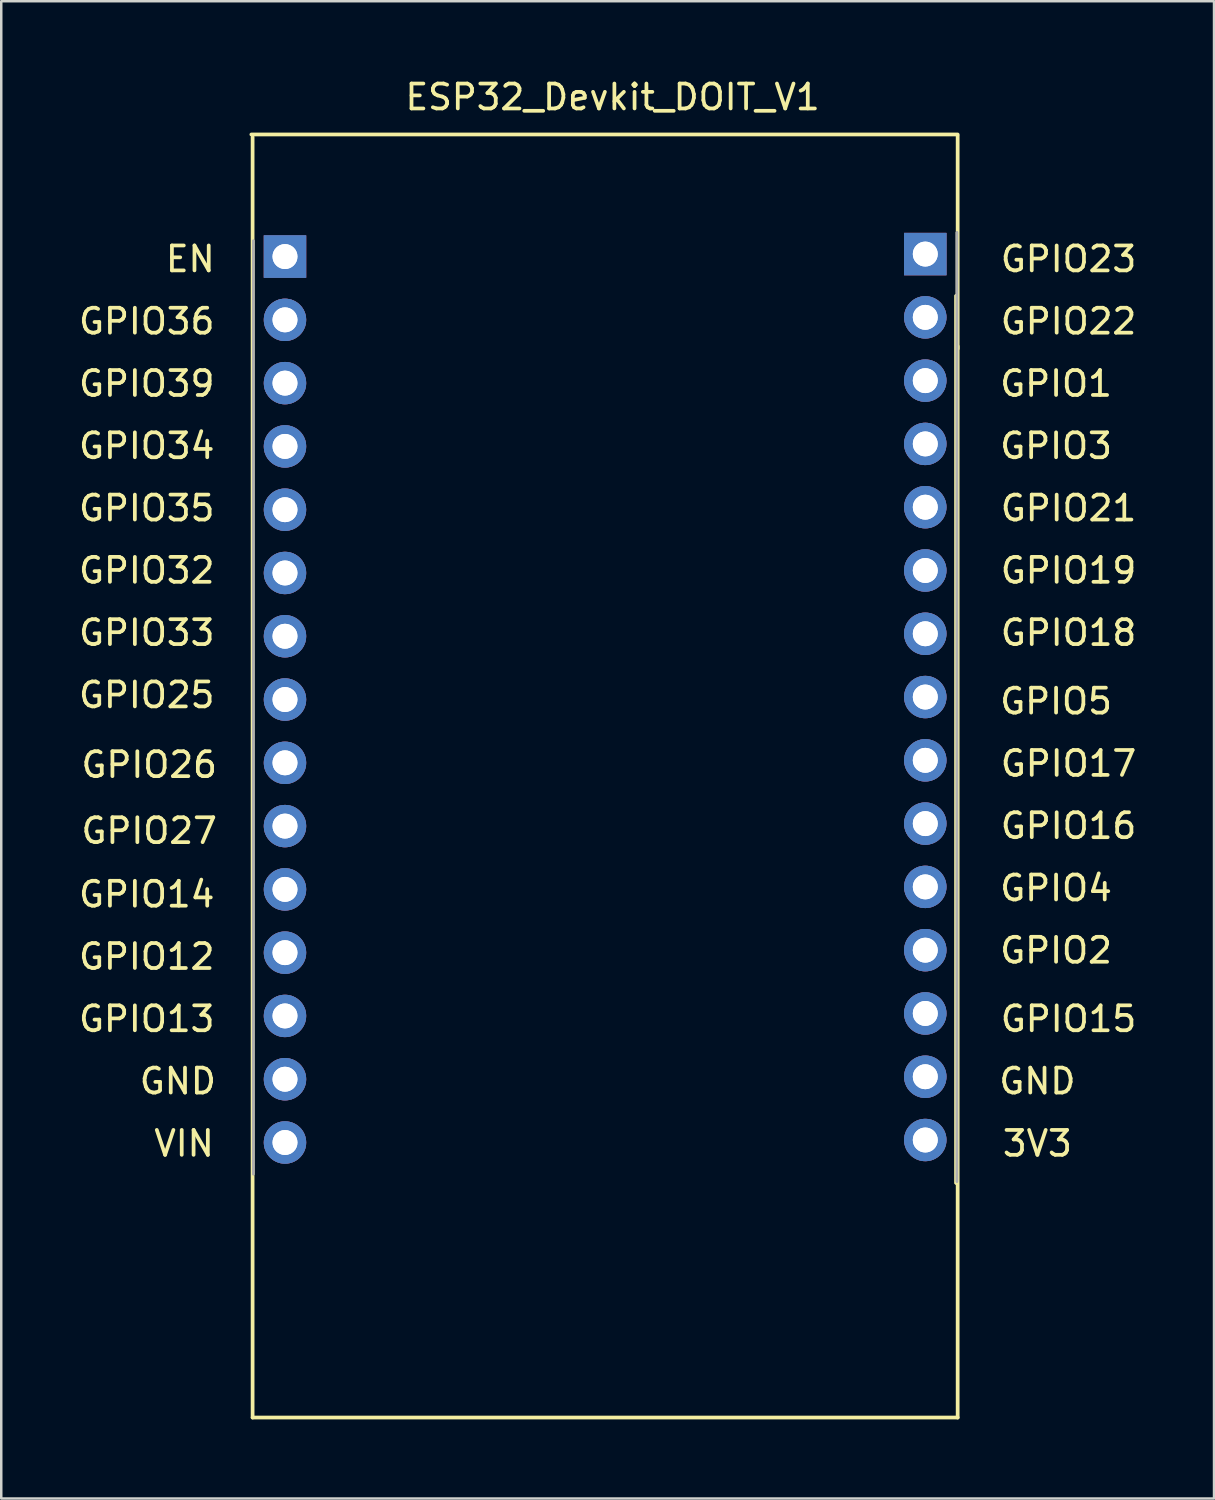
<source format=kicad_pcb>
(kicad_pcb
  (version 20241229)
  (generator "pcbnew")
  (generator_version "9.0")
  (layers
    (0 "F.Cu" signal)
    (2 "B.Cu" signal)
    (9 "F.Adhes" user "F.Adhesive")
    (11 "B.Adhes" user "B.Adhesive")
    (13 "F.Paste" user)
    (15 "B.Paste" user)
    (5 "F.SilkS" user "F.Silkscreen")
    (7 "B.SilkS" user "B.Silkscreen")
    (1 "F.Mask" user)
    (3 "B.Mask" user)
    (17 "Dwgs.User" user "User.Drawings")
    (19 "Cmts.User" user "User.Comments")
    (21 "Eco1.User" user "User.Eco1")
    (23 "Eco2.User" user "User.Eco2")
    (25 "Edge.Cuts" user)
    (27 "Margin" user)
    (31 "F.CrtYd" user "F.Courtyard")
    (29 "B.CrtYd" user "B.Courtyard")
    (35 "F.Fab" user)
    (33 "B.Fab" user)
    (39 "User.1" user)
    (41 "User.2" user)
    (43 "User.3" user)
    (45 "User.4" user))
  (footprint "ESP32_Devkit_DOIT_V1"
    (layer "F.Cu")
    (at 7.089 53.848)
    (property "Reference" "ESP32_Devkit_DOIT_V1" (at 14.45 -53 0) (layer "F.SilkS") (effects (font (size 1 1) (thickness 0.15))))
    (attr through_hole)
    (fp_line (start 0 -51.4) (end 0 0) (stroke (width 0.15) (type solid)) (layer "F.SilkS"))
    (fp_line (start 0 0) (end 28.3 0) (stroke (width 0.15) (type solid)) (layer "F.SilkS"))
    (fp_line (start 28.23 -45.03) (end 28.23 -9.41) (stroke (width 0.12) (type solid)) (layer "F.SilkS"))
    (fp_line (start 28.23 -45.03) (end 28.23 -9.41) (stroke (width 0.12) (type solid)) (layer "F.SilkS"))
    (fp_line (start 28.3 -51.5) (end -0.05 -51.5) (stroke (width 0.15) (type solid)) (layer "F.SilkS"))
    (fp_line (start 28.3 -42.9) (end 28.3 -51.45) (stroke (width 0.15) (type solid)) (layer "F.SilkS"))
    (fp_line (start 28.3 0) (end 28.3 -43) (stroke (width 0.15) (type solid)) (layer "F.SilkS"))
    (fp_line (start 0.03 -9.77) (end 0.03 -47.235) (stroke (width 0.1) (type solid)) (layer "F.Fab"))
    (fp_line (start 0.03 -9.77) (end 0.03 -47.235) (stroke (width 0.1) (type solid)) (layer "F.Fab"))
    (fp_line (start 28.27 -47.57) (end 28.27 -9.47) (stroke (width 0.1) (type solid)) (layer "F.Fab"))
    (fp_line (start 28.27 -47.57) (end 28.27 -9.47) (stroke (width 0.1) (type solid)) (layer "F.Fab"))
    (fp_text user "GPIO22" (at 32.75 -44 0) (layer "F.SilkS") (effects (font (size 1 1) (thickness 0.15))))
    (fp_text user "GPIO16" (at 32.75 -23.75 0) (layer "F.SilkS") (effects (font (size 1 1) (thickness 0.15))))
    (fp_text user "GPIO5" (at 32.25 -28.75 0) (layer "F.SilkS") (effects (font (size 1 1) (thickness 0.15))))
    (fp_text user "GPIO15" (at 32.75 -16 0) (layer "F.SilkS") (effects (font (size 1 1) (thickness 0.15))))
    (fp_text user "EN" (at -2.5 -46.5 0) (layer "F.SilkS") (effects (font (size 1 1) (thickness 0.15))))
    (fp_text user "3V3" (at 31.5 -11 0) (layer "F.SilkS") (effects (font (size 1 1) (thickness 0.15))))
    (fp_text user "GPIO32" (at -4.25 -34 0) (layer "F.SilkS") (effects (font (size 1 1) (thickness 0.15))))
    (fp_text user "GPIO34" (at -4.25 -39 0) (layer "F.SilkS") (effects (font (size 1 1) (thickness 0.15))))
    (fp_text user "GPIO3" (at 32.25 -39 0) (layer "F.SilkS") (effects (font (size 1 1) (thickness 0.15))))
    (fp_text user "GPIO26" (at -4.15 -26.2 0) (layer "F.SilkS") (effects (font (size 1 1) (thickness 0.15))))
    (fp_text user "GPIO23" (at 32.75 -46.5 0) (layer "F.SilkS") (effects (font (size 1 1) (thickness 0.15))))
    (fp_text user "GPIO2" (at 32.25 -18.75 0) (layer "F.SilkS") (effects (font (size 1 1) (thickness 0.15))))
    (fp_text user "GPIO19" (at 32.75 -34 0) (layer "F.SilkS") (effects (font (size 1 1) (thickness 0.15))))
    (fp_text user "GND" (at -3 -13.5 0) (layer "F.SilkS") (effects (font (size 1 1) (thickness 0.15))))
    (fp_text user "GPIO17" (at 32.75 -26.25 0) (layer "F.SilkS") (effects (font (size 1 1) (thickness 0.15))))
    (fp_text user "GPIO12" (at -4.25 -18.5 0) (layer "F.SilkS") (effects (font (size 1 1) (thickness 0.15))))
    (fp_text user "GPIO35" (at -4.25 -36.5 0) (layer "F.SilkS") (effects (font (size 1 1) (thickness 0.15))))
    (fp_text user "GPIO27" (at -4.15 -23.55 0) (layer "F.SilkS") (effects (font (size 1 1) (thickness 0.15))))
    (fp_text user "VIN" (at -2.75 -11 0) (layer "F.SilkS") (effects (font (size 1 1) (thickness 0.15))))
    (fp_text user "GPIO13" (at -4.25 -16 0) (layer "F.SilkS") (effects (font (size 1 1) (thickness 0.15))))
    (fp_text user "GPIO39" (at -4.25 -41.5 0) (layer "F.SilkS") (effects (font (size 1 1) (thickness 0.15))))
    (fp_text user "GPIO33" (at -4.25 -31.5 0) (layer "F.SilkS") (effects (font (size 1 1) (thickness 0.15))))
    (fp_text user "GND" (at 31.5 -13.5 0) (layer "F.SilkS") (effects (font (size 1 1) (thickness 0.15))))
    (fp_text user "GPIO36" (at -4.25 -44 0) (layer "F.SilkS") (effects (font (size 1 1) (thickness 0.15))))
    (fp_text user "GPIO25" (at -4.25 -29 0) (layer "F.SilkS") (effects (font (size 1 1) (thickness 0.15))))
    (fp_text user "GPIO1" (at 32.25 -41.5 0) (layer "F.SilkS") (effects (font (size 1 1) (thickness 0.15))))
    (fp_text user "GPIO4" (at 32.25 -21.25 0) (layer "F.SilkS") (effects (font (size 1 1) (thickness 0.15))))
    (fp_text user "GPIO21" (at 32.75 -36.5 0) (layer "F.SilkS") (effects (font (size 1 1) (thickness 0.15))))
    (fp_text user "GPIO14" (at -4.25 -21 0) (layer "F.SilkS") (effects (font (size 1 1) (thickness 0.15))))
    (fp_text user "GPIO18" (at 32.75 -31.5 0) (layer "F.SilkS") (effects (font (size 1 1) (thickness 0.15))))
    (pad "1" thru_hole rect (at 1.3 -46.6) (size 1.7 1.7) (drill 1) (layers "*.Cu" "*.Mask"))
    (pad "1" thru_hole rect (at 1.3 -46.6) (size 1.7 1.7) (drill 1) (layers "*.Cu" "*.Mask"))
    (pad "2" thru_hole oval (at 1.3 -44.06) (size 1.7 1.7) (drill 1) (layers "*.Cu" "*.Mask"))
    (pad "2" thru_hole oval (at 1.3 -44.06) (size 1.7 1.7) (drill 1) (layers "*.Cu" "*.Mask"))
    (pad "3" thru_hole oval (at 1.3 -41.52) (size 1.7 1.7) (drill 1) (layers "*.Cu" "*.Mask"))
    (pad "3" thru_hole oval (at 1.3 -41.52) (size 1.7 1.7) (drill 1) (layers "*.Cu" "*.Mask"))
    (pad "4" thru_hole oval (at 1.3 -38.98) (size 1.7 1.7) (drill 1) (layers "*.Cu" "*.Mask"))
    (pad "4" thru_hole oval (at 1.3 -38.98) (size 1.7 1.7) (drill 1) (layers "*.Cu" "*.Mask"))
    (pad "5" thru_hole oval (at 1.3 -36.44) (size 1.7 1.7) (drill 1) (layers "*.Cu" "*.Mask"))
    (pad "5" thru_hole oval (at 1.3 -36.44) (size 1.7 1.7) (drill 1) (layers "*.Cu" "*.Mask"))
    (pad "6" thru_hole oval (at 1.3 -33.9) (size 1.7 1.7) (drill 1) (layers "*.Cu" "*.Mask"))
    (pad "6" thru_hole oval (at 1.3 -33.9) (size 1.7 1.7) (drill 1) (layers "*.Cu" "*.Mask"))
    (pad "7" thru_hole oval (at 1.3 -31.36) (size 1.7 1.7) (drill 1) (layers "*.Cu" "*.Mask"))
    (pad "7" thru_hole oval (at 1.3 -31.36) (size 1.7 1.7) (drill 1) (layers "*.Cu" "*.Mask"))
    (pad "8" thru_hole oval (at 1.3 -28.82) (size 1.7 1.7) (drill 1) (layers "*.Cu" "*.Mask"))
    (pad "8" thru_hole oval (at 1.3 -28.82) (size 1.7 1.7) (drill 1) (layers "*.Cu" "*.Mask"))
    (pad "9" thru_hole oval (at 1.3 -26.28) (size 1.7 1.7) (drill 1) (layers "*.Cu" "*.Mask"))
    (pad "9" thru_hole oval (at 1.3 -26.28) (size 1.7 1.7) (drill 1) (layers "*.Cu" "*.Mask"))
    (pad "10" thru_hole oval (at 1.3 -23.74) (size 1.7 1.7) (drill 1) (layers "*.Cu" "*.Mask"))
    (pad "10" thru_hole oval (at 1.3 -23.74) (size 1.7 1.7) (drill 1) (layers "*.Cu" "*.Mask"))
    (pad "11" thru_hole oval (at 1.3 -21.2) (size 1.7 1.7) (drill 1) (layers "*.Cu" "*.Mask"))
    (pad "11" thru_hole oval (at 1.3 -21.2) (size 1.7 1.7) (drill 1) (layers "*.Cu" "*.Mask"))
    (pad "12" thru_hole oval (at 1.3 -18.66) (size 1.7 1.7) (drill 1) (layers "*.Cu" "*.Mask"))
    (pad "12" thru_hole oval (at 1.3 -18.66) (size 1.7 1.7) (drill 1) (layers "*.Cu" "*.Mask"))
    (pad "13" thru_hole oval (at 1.3 -16.12) (size 1.7 1.7) (drill 1) (layers "*.Cu" "*.Mask"))
    (pad "13" thru_hole oval (at 1.3 -16.12) (size 1.7 1.7) (drill 1) (layers "*.Cu" "*.Mask"))
    (pad "14" thru_hole oval (at 1.3 -13.58) (size 1.7 1.7) (drill 1) (layers "*.Cu" "*.Mask"))
    (pad "14" thru_hole oval (at 1.3 -13.58) (size 1.7 1.7) (drill 1) (layers "*.Cu" "*.Mask"))
    (pad "15" thru_hole oval (at 1.3 -11.04) (size 1.7 1.7) (drill 1) (layers "*.Cu" "*.Mask"))
    (pad "15" thru_hole oval (at 1.3 -11.04) (size 1.7 1.7) (drill 1) (layers "*.Cu" "*.Mask"))
    (pad "16" thru_hole oval (at 27 -11.14) (size 1.7 1.7) (drill 1) (layers "*.Cu" "*.Mask"))
    (pad "16" thru_hole oval (at 27 -11.14) (size 1.7 1.7) (drill 1) (layers "*.Cu" "*.Mask"))
    (pad "17" thru_hole oval (at 27 -13.68) (size 1.7 1.7) (drill 1) (layers "*.Cu" "*.Mask"))
    (pad "17" thru_hole oval (at 27 -13.68) (size 1.7 1.7) (drill 1) (layers "*.Cu" "*.Mask"))
    (pad "18" thru_hole oval (at 27 -16.22) (size 1.7 1.7) (drill 1) (layers "*.Cu" "*.Mask"))
    (pad "18" thru_hole oval (at 27 -16.22) (size 1.7 1.7) (drill 1) (layers "*.Cu" "*.Mask"))
    (pad "19" thru_hole oval (at 27 -18.76) (size 1.7 1.7) (drill 1) (layers "*.Cu" "*.Mask"))
    (pad "19" thru_hole oval (at 27 -18.76) (size 1.7 1.7) (drill 1) (layers "*.Cu" "*.Mask"))
    (pad "20" thru_hole oval (at 27 -21.3) (size 1.7 1.7) (drill 1) (layers "*.Cu" "*.Mask"))
    (pad "20" thru_hole oval (at 27 -21.3) (size 1.7 1.7) (drill 1) (layers "*.Cu" "*.Mask"))
    (pad "21" thru_hole oval (at 27 -23.84) (size 1.7 1.7) (drill 1) (layers "*.Cu" "*.Mask"))
    (pad "21" thru_hole oval (at 27 -23.84) (size 1.7 1.7) (drill 1) (layers "*.Cu" "*.Mask"))
    (pad "22" thru_hole oval (at 27 -26.38) (size 1.7 1.7) (drill 1) (layers "*.Cu" "*.Mask"))
    (pad "22" thru_hole oval (at 27 -26.38) (size 1.7 1.7) (drill 1) (layers "*.Cu" "*.Mask"))
    (pad "23" thru_hole oval (at 27 -28.92) (size 1.7 1.7) (drill 1) (layers "*.Cu" "*.Mask"))
    (pad "23" thru_hole oval (at 27 -28.92) (size 1.7 1.7) (drill 1) (layers "*.Cu" "*.Mask"))
    (pad "24" thru_hole oval (at 27 -31.46) (size 1.7 1.7) (drill 1) (layers "*.Cu" "*.Mask"))
    (pad "24" thru_hole oval (at 27 -31.46) (size 1.7 1.7) (drill 1) (layers "*.Cu" "*.Mask"))
    (pad "25" thru_hole oval (at 27 -34) (size 1.7 1.7) (drill 1) (layers "*.Cu" "*.Mask"))
    (pad "25" thru_hole oval (at 27 -34) (size 1.7 1.7) (drill 1) (layers "*.Cu" "*.Mask"))
    (pad "26" thru_hole oval (at 27 -36.54) (size 1.7 1.7) (drill 1) (layers "*.Cu" "*.Mask"))
    (pad "26" thru_hole oval (at 27 -36.54) (size 1.7 1.7) (drill 1) (layers "*.Cu" "*.Mask"))
    (pad "27" thru_hole oval (at 27 -39.08) (size 1.7 1.7) (drill 1) (layers "*.Cu" "*.Mask"))
    (pad "27" thru_hole oval (at 27 -39.08) (size 1.7 1.7) (drill 1) (layers "*.Cu" "*.Mask"))
    (pad "28" thru_hole oval (at 27 -41.62) (size 1.7 1.7) (drill 1) (layers "*.Cu" "*.Mask"))
    (pad "28" thru_hole oval (at 27 -41.62) (size 1.7 1.7) (drill 1) (layers "*.Cu" "*.Mask"))
    (pad "29" thru_hole oval (at 27 -44.16) (size 1.7 1.7) (drill 1) (layers "*.Cu" "*.Mask"))
    (pad "29" thru_hole oval (at 27 -44.16) (size 1.7 1.7) (drill 1) (layers "*.Cu" "*.Mask"))
    (pad "30" thru_hole rect (at 27 -46.7) (size 1.7 1.7) (drill 1) (layers "*.Cu" "*.Mask"))
    (pad "30" thru_hole rect (at 27 -46.7) (size 1.7 1.7) (drill 1) (layers "*.Cu" "*.Mask")))
  (gr_rect
    (start -3 -3)
    (end 45.679 57.098)
    (stroke (width 0.1) (type default))
    (fill no)
    (layer "Edge.Cuts")))
</source>
